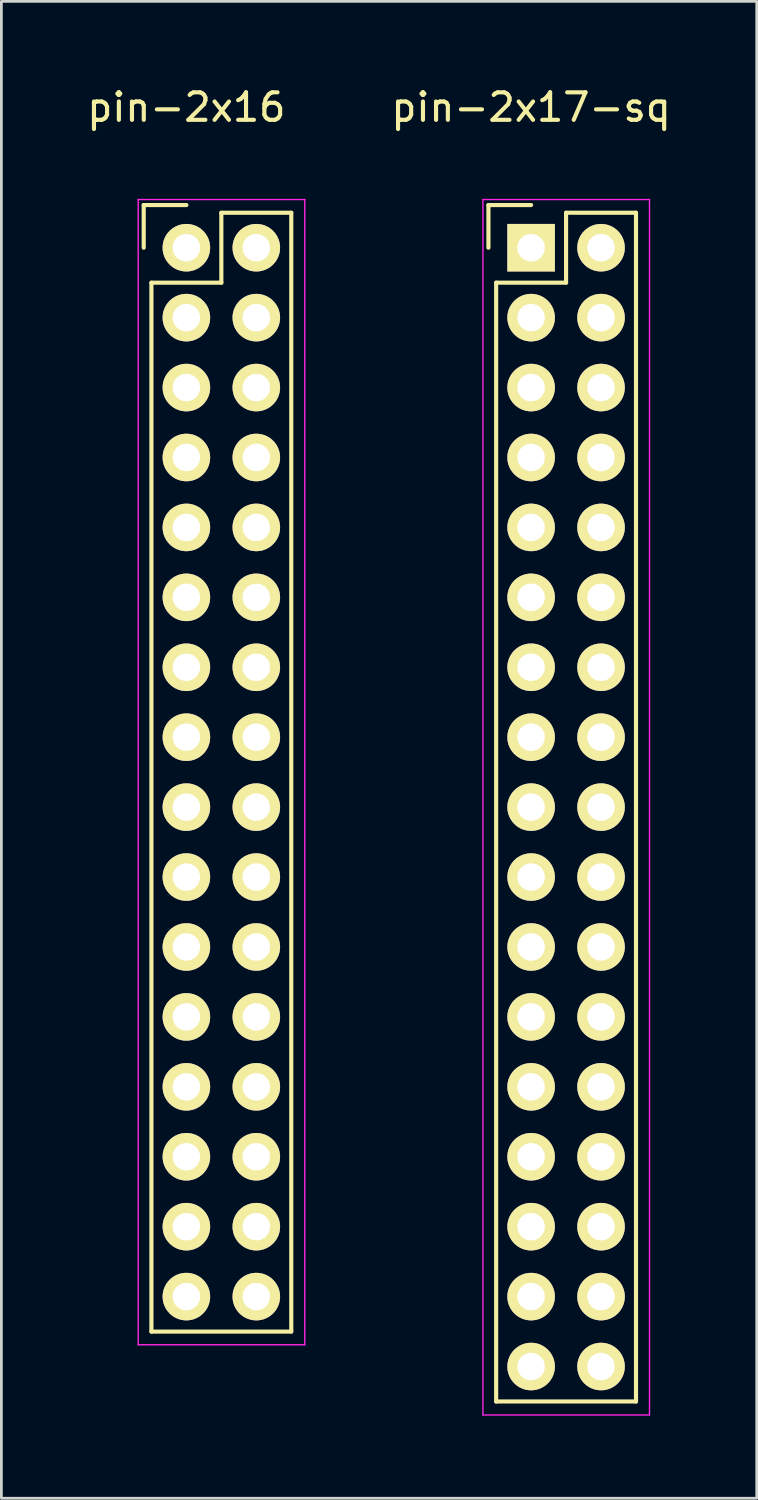
<source format=kicad_pcb>
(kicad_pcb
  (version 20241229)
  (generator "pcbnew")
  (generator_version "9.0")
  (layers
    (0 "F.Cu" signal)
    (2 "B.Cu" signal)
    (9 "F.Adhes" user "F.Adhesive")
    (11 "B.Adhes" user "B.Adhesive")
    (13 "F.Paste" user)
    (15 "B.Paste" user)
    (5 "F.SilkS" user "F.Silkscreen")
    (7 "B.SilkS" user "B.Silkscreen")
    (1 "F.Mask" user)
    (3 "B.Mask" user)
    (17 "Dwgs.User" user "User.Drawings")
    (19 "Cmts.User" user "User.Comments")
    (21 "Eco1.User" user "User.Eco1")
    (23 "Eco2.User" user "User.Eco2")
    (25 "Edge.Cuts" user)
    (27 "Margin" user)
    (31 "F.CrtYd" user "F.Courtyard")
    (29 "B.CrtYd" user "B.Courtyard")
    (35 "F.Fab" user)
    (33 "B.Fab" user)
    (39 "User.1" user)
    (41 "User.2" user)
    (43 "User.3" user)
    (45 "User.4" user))
  (footprint "pin-2x16"
    (layer "F.Cu")
    (at 3.72 5.948)
    (property "Reference" "pin-2x16" (at 0 -5.1 0) (layer "F.SilkS") (effects (font (size 1 1) (thickness 0.15))))
    (attr through_hole)
    (fp_line (start -1.55 -1.55) (end -1.55 0) (stroke (width 0.15) (type solid)) (layer "F.SilkS"))
    (fp_line (start -1.27 1.27) (end -1.27 39.37) (stroke (width 0.15) (type solid)) (layer "F.SilkS"))
    (fp_line (start 0 -1.55) (end -1.55 -1.55) (stroke (width 0.15) (type solid)) (layer "F.SilkS"))
    (fp_line (start 1.27 -1.27) (end 1.27 1.27) (stroke (width 0.15) (type solid)) (layer "F.SilkS"))
    (fp_line (start 1.27 1.27) (end -1.27 1.27) (stroke (width 0.15) (type solid)) (layer "F.SilkS"))
    (fp_line (start 3.81 -1.27) (end 1.27 -1.27) (stroke (width 0.15) (type solid)) (layer "F.SilkS"))
    (fp_line (start 3.81 39.37) (end -1.27 39.37) (stroke (width 0.15) (type solid)) (layer "F.SilkS"))
    (fp_line (start 3.81 39.37) (end 3.81 -1.27) (stroke (width 0.15) (type solid)) (layer "F.SilkS"))
    (fp_line (start -1.75 -1.75) (end -1.75 39.85) (stroke (width 0.05) (type solid)) (layer "F.CrtYd"))
    (fp_line (start -1.75 -1.75) (end 4.3 -1.75) (stroke (width 0.05) (type solid)) (layer "F.CrtYd"))
    (fp_line (start -1.75 39.85) (end 4.3 39.85) (stroke (width 0.05) (type solid)) (layer "F.CrtYd"))
    (fp_line (start 4.3 -1.75) (end 4.3 39.85) (stroke (width 0.05) (type solid)) (layer "F.CrtYd"))
    (pad "1" thru_hole oval (at 0 0) (size 1.727 1.727) (drill 1) (layers "*.Cu" "*.Mask" "F.SilkS"))
    (pad "2" thru_hole oval (at 2.54 0) (size 1.727 1.727) (drill 1) (layers "*.Cu" "*.Mask" "F.SilkS"))
    (pad "3" thru_hole oval (at 0 2.54) (size 1.727 1.727) (drill 1) (layers "*.Cu" "*.Mask" "F.SilkS"))
    (pad "4" thru_hole oval (at 2.54 2.54) (size 1.727 1.727) (drill 1) (layers "*.Cu" "*.Mask" "F.SilkS"))
    (pad "5" thru_hole oval (at 0 5.08) (size 1.727 1.727) (drill 1) (layers "*.Cu" "*.Mask" "F.SilkS"))
    (pad "6" thru_hole oval (at 2.54 5.08) (size 1.727 1.727) (drill 1) (layers "*.Cu" "*.Mask" "F.SilkS"))
    (pad "7" thru_hole oval (at 0 7.62) (size 1.727 1.727) (drill 1) (layers "*.Cu" "*.Mask" "F.SilkS"))
    (pad "8" thru_hole oval (at 2.54 7.62) (size 1.727 1.727) (drill 1) (layers "*.Cu" "*.Mask" "F.SilkS"))
    (pad "9" thru_hole oval (at 0 10.16) (size 1.727 1.727) (drill 1) (layers "*.Cu" "*.Mask" "F.SilkS"))
    (pad "10" thru_hole oval (at 2.54 10.16) (size 1.727 1.727) (drill 1) (layers "*.Cu" "*.Mask" "F.SilkS"))
    (pad "11" thru_hole oval (at 0 12.7) (size 1.727 1.727) (drill 1) (layers "*.Cu" "*.Mask" "F.SilkS"))
    (pad "12" thru_hole oval (at 2.54 12.7) (size 1.727 1.727) (drill 1) (layers "*.Cu" "*.Mask" "F.SilkS"))
    (pad "13" thru_hole oval (at 0 15.24) (size 1.727 1.727) (drill 1) (layers "*.Cu" "*.Mask" "F.SilkS"))
    (pad "14" thru_hole oval (at 2.54 15.24) (size 1.727 1.727) (drill 1) (layers "*.Cu" "*.Mask" "F.SilkS"))
    (pad "15" thru_hole oval (at 0 17.78) (size 1.727 1.727) (drill 1) (layers "*.Cu" "*.Mask" "F.SilkS"))
    (pad "16" thru_hole oval (at 2.54 17.78) (size 1.727 1.727) (drill 1) (layers "*.Cu" "*.Mask" "F.SilkS"))
    (pad "17" thru_hole oval (at 0 20.32) (size 1.727 1.727) (drill 1) (layers "*.Cu" "*.Mask" "F.SilkS"))
    (pad "18" thru_hole oval (at 2.54 20.32) (size 1.727 1.727) (drill 1) (layers "*.Cu" "*.Mask" "F.SilkS"))
    (pad "19" thru_hole oval (at 0 22.86) (size 1.727 1.727) (drill 1) (layers "*.Cu" "*.Mask" "F.SilkS"))
    (pad "20" thru_hole oval (at 2.54 22.86) (size 1.727 1.727) (drill 1) (layers "*.Cu" "*.Mask" "F.SilkS"))
    (pad "21" thru_hole oval (at 0 25.4) (size 1.727 1.727) (drill 1) (layers "*.Cu" "*.Mask" "F.SilkS"))
    (pad "22" thru_hole oval (at 2.54 25.4) (size 1.727 1.727) (drill 1) (layers "*.Cu" "*.Mask" "F.SilkS"))
    (pad "23" thru_hole oval (at 0 27.94) (size 1.727 1.727) (drill 1) (layers "*.Cu" "*.Mask" "F.SilkS"))
    (pad "24" thru_hole oval (at 2.54 27.94) (size 1.727 1.727) (drill 1) (layers "*.Cu" "*.Mask" "F.SilkS"))
    (pad "25" thru_hole oval (at 0 30.48) (size 1.727 1.727) (drill 1) (layers "*.Cu" "*.Mask" "F.SilkS"))
    (pad "26" thru_hole oval (at 2.54 30.48) (size 1.727 1.727) (drill 1) (layers "*.Cu" "*.Mask" "F.SilkS"))
    (pad "27" thru_hole oval (at 0 33.02) (size 1.727 1.727) (drill 1) (layers "*.Cu" "*.Mask" "F.SilkS"))
    (pad "28" thru_hole oval (at 2.54 33.02) (size 1.727 1.727) (drill 1) (layers "*.Cu" "*.Mask" "F.SilkS"))
    (pad "29" thru_hole oval (at 0 35.56) (size 1.727 1.727) (drill 1) (layers "*.Cu" "*.Mask" "F.SilkS"))
    (pad "30" thru_hole oval (at 2.54 35.56) (size 1.727 1.727) (drill 1) (layers "*.Cu" "*.Mask" "F.SilkS"))
    (pad "31" thru_hole oval (at 0 38.1) (size 1.727 1.727) (drill 1) (layers "*.Cu" "*.Mask" "F.SilkS"))
    (pad "32" thru_hole oval (at 2.54 38.1) (size 1.727 1.727) (drill 1) (layers "*.Cu" "*.Mask" "F.SilkS")))
  (footprint "pin-2x17-sq"
    (layer "F.Cu")
    (at 16.242 5.948)
    (property "Reference" "pin-2x17-sq" (at 0 -5.1 0) (layer "F.SilkS") (effects (font (size 1 1) (thickness 0.15))))
    (attr through_hole)
    (fp_line (start -1.55 -1.55) (end -1.55 0) (stroke (width 0.15) (type solid)) (layer "F.SilkS"))
    (fp_line (start -1.27 1.27) (end -1.27 41.91) (stroke (width 0.15) (type solid)) (layer "F.SilkS"))
    (fp_line (start 0 -1.55) (end -1.55 -1.55) (stroke (width 0.15) (type solid)) (layer "F.SilkS"))
    (fp_line (start 1.27 -1.27) (end 1.27 1.27) (stroke (width 0.15) (type solid)) (layer "F.SilkS"))
    (fp_line (start 1.27 1.27) (end -1.27 1.27) (stroke (width 0.15) (type solid)) (layer "F.SilkS"))
    (fp_line (start 3.81 -1.27) (end 1.27 -1.27) (stroke (width 0.15) (type solid)) (layer "F.SilkS"))
    (fp_line (start 3.81 41.91) (end -1.27 41.91) (stroke (width 0.15) (type solid)) (layer "F.SilkS"))
    (fp_line (start 3.81 41.91) (end 3.81 -1.27) (stroke (width 0.15) (type solid)) (layer "F.SilkS"))
    (fp_line (start -1.75 -1.75) (end -1.75 42.4) (stroke (width 0.05) (type solid)) (layer "F.CrtYd"))
    (fp_line (start -1.75 -1.75) (end 4.3 -1.75) (stroke (width 0.05) (type solid)) (layer "F.CrtYd"))
    (fp_line (start -1.75 42.4) (end 4.3 42.4) (stroke (width 0.05) (type solid)) (layer "F.CrtYd"))
    (fp_line (start 4.3 -1.75) (end 4.3 42.4) (stroke (width 0.05) (type solid)) (layer "F.CrtYd"))
    (pad "1" thru_hole rect (at 0 0) (size 1.727 1.727) (drill 1) (layers "*.Cu" "*.Mask" "F.SilkS"))
    (pad "2" thru_hole oval (at 2.54 0) (size 1.727 1.727) (drill 1) (layers "*.Cu" "*.Mask" "F.SilkS"))
    (pad "3" thru_hole oval (at 0 2.54) (size 1.727 1.727) (drill 1) (layers "*.Cu" "*.Mask" "F.SilkS"))
    (pad "4" thru_hole oval (at 2.54 2.54) (size 1.727 1.727) (drill 1) (layers "*.Cu" "*.Mask" "F.SilkS"))
    (pad "5" thru_hole oval (at 0 5.08) (size 1.727 1.727) (drill 1) (layers "*.Cu" "*.Mask" "F.SilkS"))
    (pad "6" thru_hole oval (at 2.54 5.08) (size 1.727 1.727) (drill 1) (layers "*.Cu" "*.Mask" "F.SilkS"))
    (pad "7" thru_hole oval (at 0 7.62) (size 1.727 1.727) (drill 1) (layers "*.Cu" "*.Mask" "F.SilkS"))
    (pad "8" thru_hole oval (at 2.54 7.62) (size 1.727 1.727) (drill 1) (layers "*.Cu" "*.Mask" "F.SilkS"))
    (pad "9" thru_hole oval (at 0 10.16) (size 1.727 1.727) (drill 1) (layers "*.Cu" "*.Mask" "F.SilkS"))
    (pad "10" thru_hole oval (at 2.54 10.16) (size 1.727 1.727) (drill 1) (layers "*.Cu" "*.Mask" "F.SilkS"))
    (pad "11" thru_hole oval (at 0 12.7) (size 1.727 1.727) (drill 1) (layers "*.Cu" "*.Mask" "F.SilkS"))
    (pad "12" thru_hole oval (at 2.54 12.7) (size 1.727 1.727) (drill 1) (layers "*.Cu" "*.Mask" "F.SilkS"))
    (pad "13" thru_hole oval (at 0 15.24) (size 1.727 1.727) (drill 1) (layers "*.Cu" "*.Mask" "F.SilkS"))
    (pad "14" thru_hole oval (at 2.54 15.24) (size 1.727 1.727) (drill 1) (layers "*.Cu" "*.Mask" "F.SilkS"))
    (pad "15" thru_hole oval (at 0 17.78) (size 1.727 1.727) (drill 1) (layers "*.Cu" "*.Mask" "F.SilkS"))
    (pad "16" thru_hole oval (at 2.54 17.78) (size 1.727 1.727) (drill 1) (layers "*.Cu" "*.Mask" "F.SilkS"))
    (pad "17" thru_hole oval (at 0 20.32) (size 1.727 1.727) (drill 1) (layers "*.Cu" "*.Mask" "F.SilkS"))
    (pad "18" thru_hole oval (at 2.54 20.32) (size 1.727 1.727) (drill 1) (layers "*.Cu" "*.Mask" "F.SilkS"))
    (pad "19" thru_hole oval (at 0 22.86) (size 1.727 1.727) (drill 1) (layers "*.Cu" "*.Mask" "F.SilkS"))
    (pad "20" thru_hole oval (at 2.54 22.86) (size 1.727 1.727) (drill 1) (layers "*.Cu" "*.Mask" "F.SilkS"))
    (pad "21" thru_hole oval (at 0 25.4) (size 1.727 1.727) (drill 1) (layers "*.Cu" "*.Mask" "F.SilkS"))
    (pad "22" thru_hole oval (at 2.54 25.4) (size 1.727 1.727) (drill 1) (layers "*.Cu" "*.Mask" "F.SilkS"))
    (pad "23" thru_hole oval (at 0 27.94) (size 1.727 1.727) (drill 1) (layers "*.Cu" "*.Mask" "F.SilkS"))
    (pad "24" thru_hole oval (at 2.54 27.94) (size 1.727 1.727) (drill 1) (layers "*.Cu" "*.Mask" "F.SilkS"))
    (pad "25" thru_hole oval (at 0 30.48) (size 1.727 1.727) (drill 1) (layers "*.Cu" "*.Mask" "F.SilkS"))
    (pad "26" thru_hole oval (at 2.54 30.48) (size 1.727 1.727) (drill 1) (layers "*.Cu" "*.Mask" "F.SilkS"))
    (pad "27" thru_hole oval (at 0 33.02) (size 1.727 1.727) (drill 1) (layers "*.Cu" "*.Mask" "F.SilkS"))
    (pad "28" thru_hole oval (at 2.54 33.02) (size 1.727 1.727) (drill 1) (layers "*.Cu" "*.Mask" "F.SilkS"))
    (pad "29" thru_hole oval (at 0 35.56) (size 1.727 1.727) (drill 1) (layers "*.Cu" "*.Mask" "F.SilkS"))
    (pad "30" thru_hole oval (at 2.54 35.56) (size 1.727 1.727) (drill 1) (layers "*.Cu" "*.Mask" "F.SilkS"))
    (pad "31" thru_hole oval (at 0 38.1) (size 1.727 1.727) (drill 1) (layers "*.Cu" "*.Mask" "F.SilkS"))
    (pad "32" thru_hole oval (at 2.54 38.1) (size 1.727 1.727) (drill 1) (layers "*.Cu" "*.Mask" "F.SilkS"))
    (pad "33" thru_hole oval (at 0 40.64) (size 1.727 1.727) (drill 1) (layers "*.Cu" "*.Mask" "F.SilkS"))
    (pad "34" thru_hole oval (at 2.54 40.64) (size 1.727 1.727) (drill 1) (layers "*.Cu" "*.Mask" "F.SilkS")))
  (gr_rect
    (start -3 -3)
    (end 24.438 51.373)
    (stroke (width 0.1) (type default))
    (fill no)
    (layer "Edge.Cuts")))
</source>
